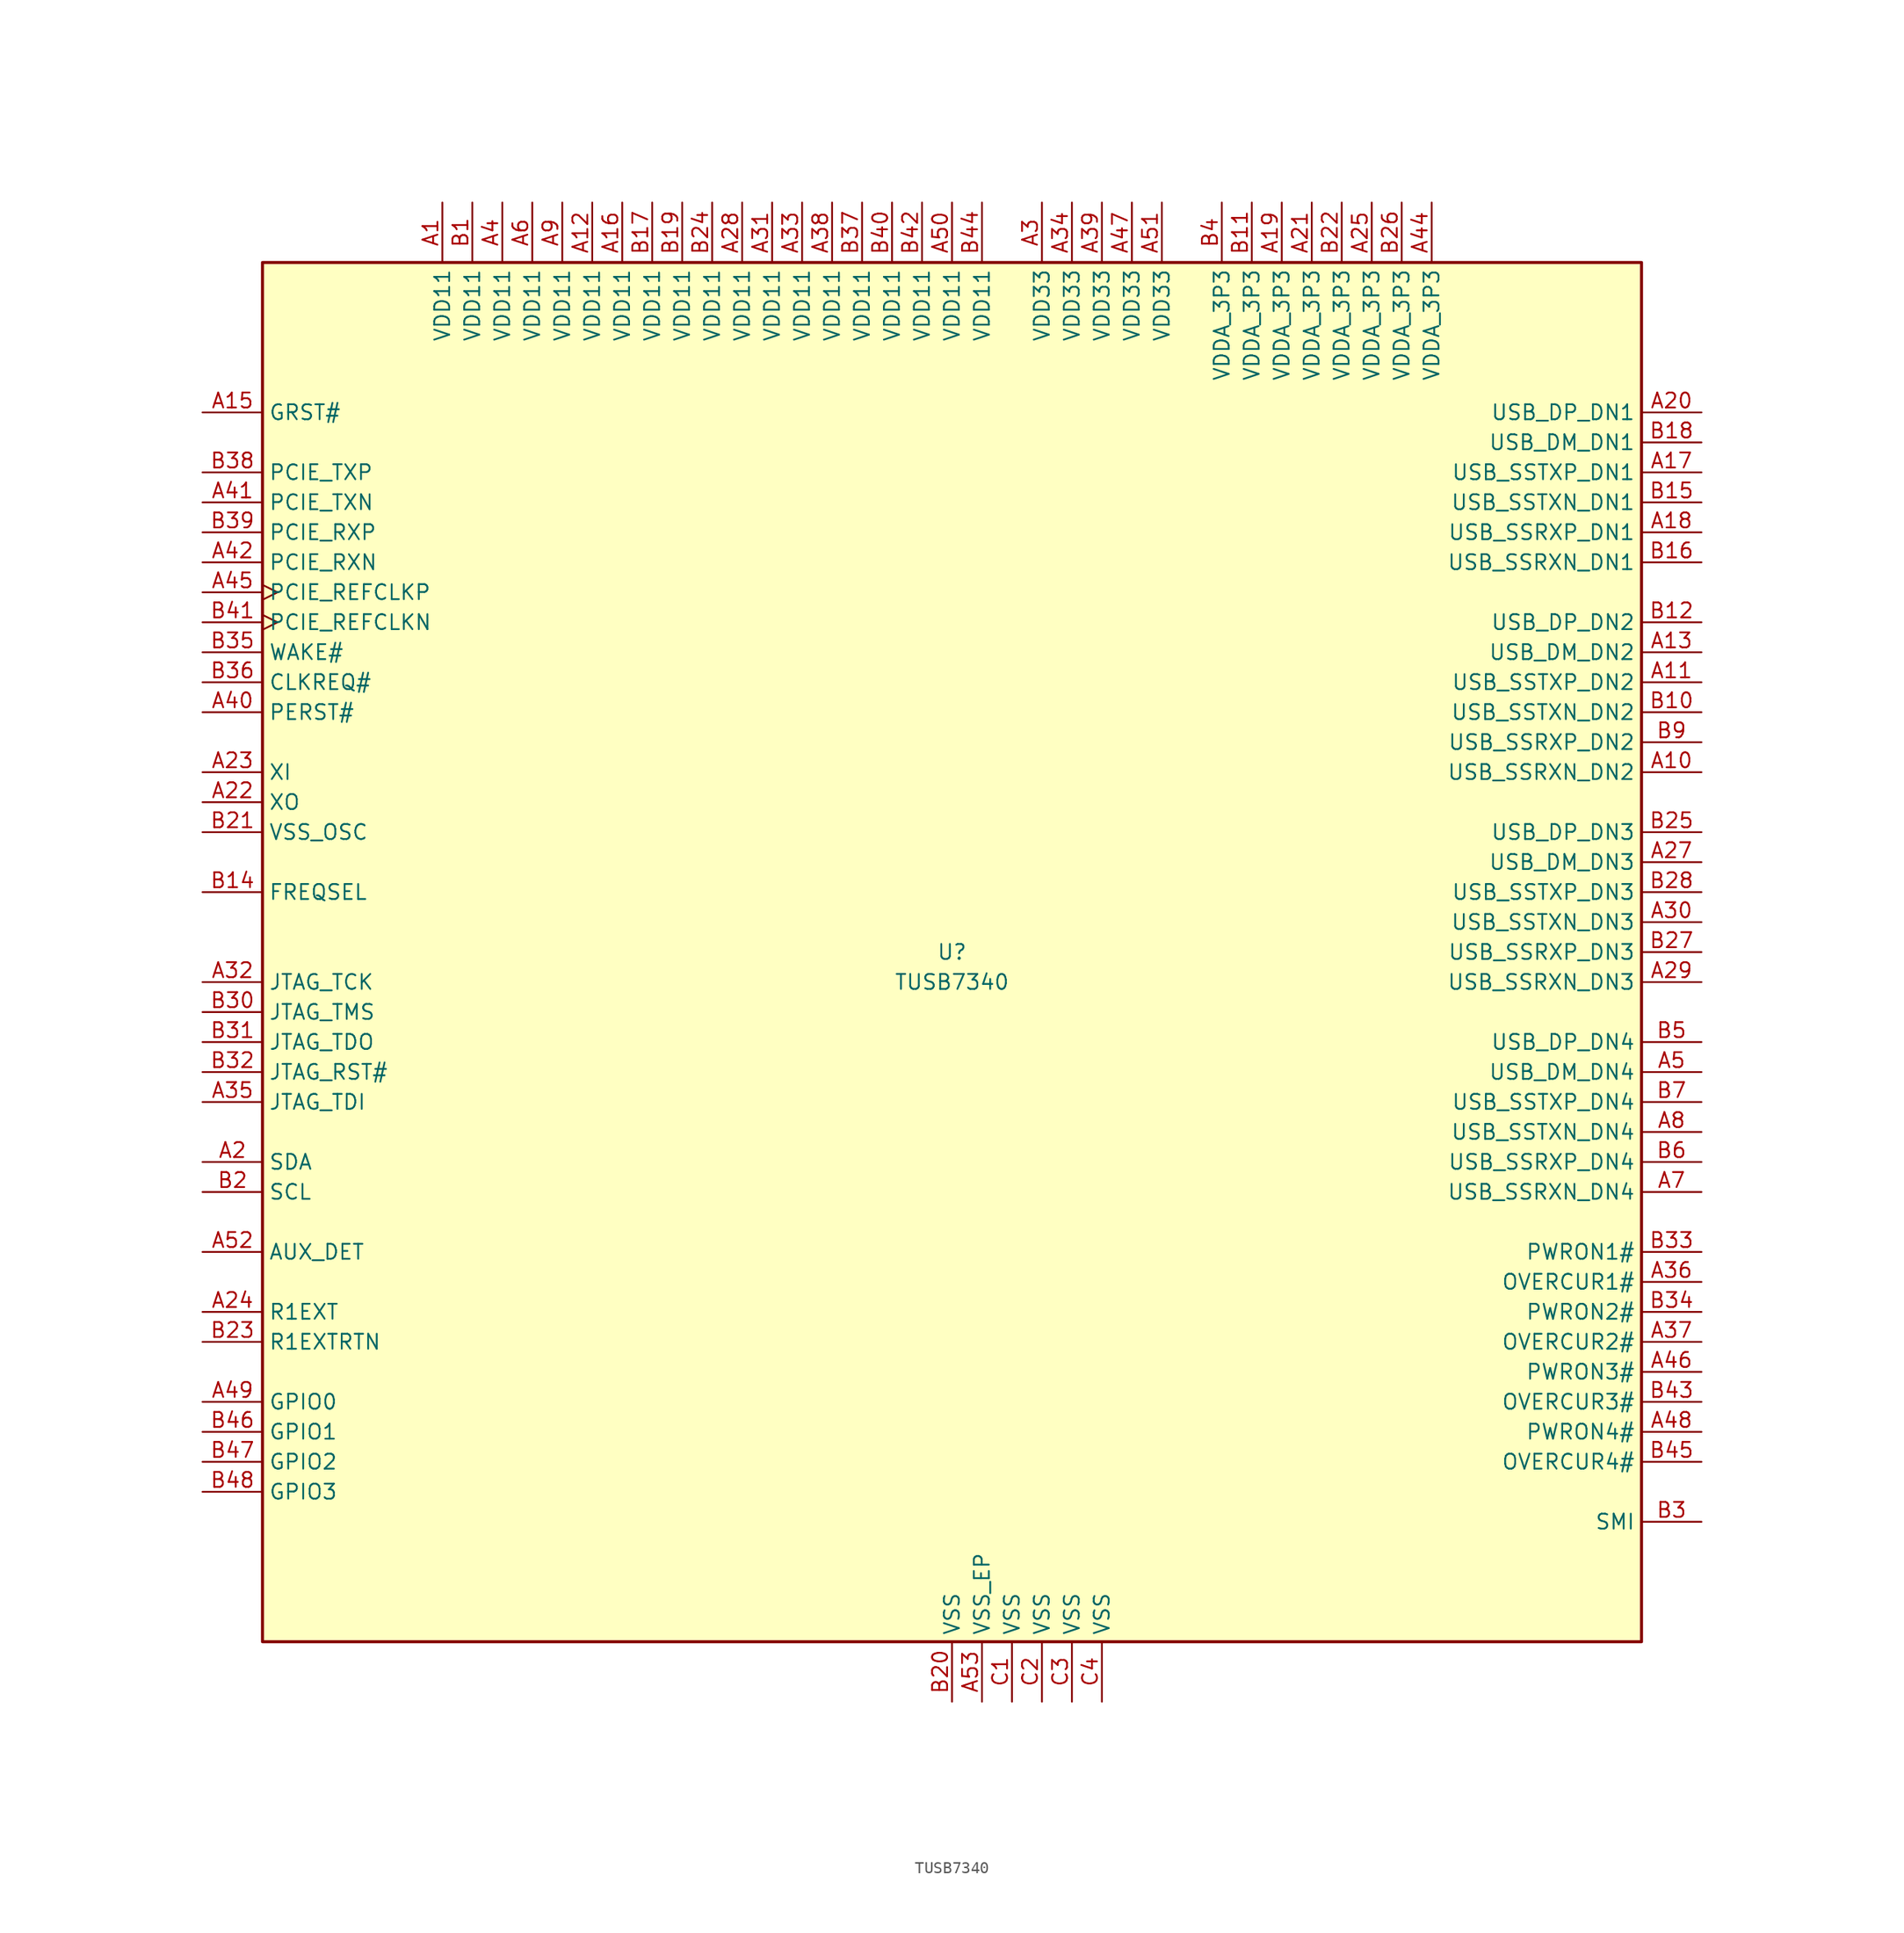
<source format=kicad_sym>
(kicad_symbol_lib
  (version 20200908)
  (generator kicad_symbol_editor)
  (symbol "Interface_USB:TUSB7340"
    (property "Reference" "U"
      (at 0 0 0)
      (effects (font (size 1.27 1.27))))
    (property "Value" "TUSB7340"
      (at 0 -2.54 0)
      (effects (font (size 1.27 1.27))))
    (symbol "TUSB7340_0_1"
      (rectangle (start 58.42 58.42) (end -58.42 -58.42) (stroke (width 0.254)) (fill (type background))))
    (symbol "TUSB7340_1_1"
      (pin power_in line (at -43.18 63.5 270) (length 5.08) (name "VDD11" (effects (font (size 1.27 1.27)))) (number "A1" (effects (font (size 1.27 1.27)))))
      (pin input line (at 63.5 15.24 180) (length 5.08) (name "USB_SSRXN_DN2" (effects (font (size 1.27 1.27)))) (number "A10" (effects (font (size 1.27 1.27)))))
      (pin output line (at 63.5 22.86 180) (length 5.08) (name "USB_SSTXP_DN2" (effects (font (size 1.27 1.27)))) (number "A11" (effects (font (size 1.27 1.27)))))
      (pin power_in line (at -30.48 63.5 270) (length 5.08) (name "VDD11" (effects (font (size 1.27 1.27)))) (number "A12" (effects (font (size 1.27 1.27)))))
      (pin bidirectional line (at 63.5 25.4 180) (length 5.08) (name "USB_DM_DN2" (effects (font (size 1.27 1.27)))) (number "A13" (effects (font (size 1.27 1.27)))))
      (pin unconnected line (at -17.78 -63.5 90) (length 5.08) hide (name "NC" (effects (font (size 1.27 1.27)))) (number "A14" (effects (font (size 1.27 1.27)))))
      (pin input line (at -63.5 45.72 0) (length 5.08) (name "GRST#" (effects (font (size 1.27 1.27)))) (number "A15" (effects (font (size 1.27 1.27)))))
      (pin power_in line (at -27.94 63.5 270) (length 5.08) (name "VDD11" (effects (font (size 1.27 1.27)))) (number "A16" (effects (font (size 1.27 1.27)))))
      (pin output line (at 63.5 40.64 180) (length 5.08) (name "USB_SSTXP_DN1" (effects (font (size 1.27 1.27)))) (number "A17" (effects (font (size 1.27 1.27)))))
      (pin input line (at 63.5 35.56 180) (length 5.08) (name "USB_SSRXP_DN1" (effects (font (size 1.27 1.27)))) (number "A18" (effects (font (size 1.27 1.27)))))
      (pin power_in line (at 27.94 63.5 270) (length 5.08) (name "VDDA_3P3" (effects (font (size 1.27 1.27)))) (number "A19" (effects (font (size 1.27 1.27)))))
      (pin bidirectional line (at -63.5 -17.78 0) (length 5.08) (name "SDA" (effects (font (size 1.27 1.27)))) (number "A2" (effects (font (size 1.27 1.27)))))
      (pin bidirectional line (at 63.5 45.72 180) (length 5.08) (name "USB_DP_DN1" (effects (font (size 1.27 1.27)))) (number "A20" (effects (font (size 1.27 1.27)))))
      (pin power_in line (at 30.48 63.5 270) (length 5.08) (name "VDDA_3P3" (effects (font (size 1.27 1.27)))) (number "A21" (effects (font (size 1.27 1.27)))))
      (pin output line (at -63.5 12.7 0) (length 5.08) (name "XO" (effects (font (size 1.27 1.27)))) (number "A22" (effects (font (size 1.27 1.27)))))
      (pin input line (at -63.5 15.24 0) (length 5.08) (name "XI" (effects (font (size 1.27 1.27)))) (number "A23" (effects (font (size 1.27 1.27)))))
      (pin bidirectional line (at -63.5 -30.48 0) (length 5.08) (name "R1EXT" (effects (font (size 1.27 1.27)))) (number "A24" (effects (font (size 1.27 1.27)))))
      (pin power_in line (at 35.56 63.5 270) (length 5.08) (name "VDDA_3P3" (effects (font (size 1.27 1.27)))) (number "A25" (effects (font (size 1.27 1.27)))))
      (pin unconnected line (at -15.24 -63.5 90) (length 5.08) hide (name "NC" (effects (font (size 1.27 1.27)))) (number "A26" (effects (font (size 1.27 1.27)))))
      (pin bidirectional line (at 63.5 7.62 180) (length 5.08) (name "USB_DM_DN3" (effects (font (size 1.27 1.27)))) (number "A27" (effects (font (size 1.27 1.27)))))
      (pin power_in line (at -17.78 63.5 270) (length 5.08) (name "VDD11" (effects (font (size 1.27 1.27)))) (number "A28" (effects (font (size 1.27 1.27)))))
      (pin input line (at 63.5 -2.54 180) (length 5.08) (name "USB_SSRXN_DN3" (effects (font (size 1.27 1.27)))) (number "A29" (effects (font (size 1.27 1.27)))))
      (pin power_in line (at 7.62 63.5 270) (length 5.08) (name "VDD33" (effects (font (size 1.27 1.27)))) (number "A3" (effects (font (size 1.27 1.27)))))
      (pin output line (at 63.5 2.54 180) (length 5.08) (name "USB_SSTXN_DN3" (effects (font (size 1.27 1.27)))) (number "A30" (effects (font (size 1.27 1.27)))))
      (pin power_in line (at -15.24 63.5 270) (length 5.08) (name "VDD11" (effects (font (size 1.27 1.27)))) (number "A31" (effects (font (size 1.27 1.27)))))
      (pin input line (at -63.5 -2.54 0) (length 5.08) (name "JTAG_TCK" (effects (font (size 1.27 1.27)))) (number "A32" (effects (font (size 1.27 1.27)))))
      (pin power_in line (at -12.7 63.5 270) (length 5.08) (name "VDD11" (effects (font (size 1.27 1.27)))) (number "A33" (effects (font (size 1.27 1.27)))))
      (pin power_in line (at 10.16 63.5 270) (length 5.08) (name "VDD33" (effects (font (size 1.27 1.27)))) (number "A34" (effects (font (size 1.27 1.27)))))
      (pin input line (at -63.5 -12.7 0) (length 5.08) (name "JTAG_TDI" (effects (font (size 1.27 1.27)))) (number "A35" (effects (font (size 1.27 1.27)))))
      (pin input line (at 63.5 -27.94 180) (length 5.08) (name "OVERCUR1#" (effects (font (size 1.27 1.27)))) (number "A36" (effects (font (size 1.27 1.27)))))
      (pin input line (at 63.5 -33.02 180) (length 5.08) (name "OVERCUR2#" (effects (font (size 1.27 1.27)))) (number "A37" (effects (font (size 1.27 1.27)))))
      (pin power_in line (at -10.16 63.5 270) (length 5.08) (name "VDD11" (effects (font (size 1.27 1.27)))) (number "A38" (effects (font (size 1.27 1.27)))))
      (pin power_in line (at 12.7 63.5 270) (length 5.08) (name "VDD33" (effects (font (size 1.27 1.27)))) (number "A39" (effects (font (size 1.27 1.27)))))
      (pin power_in line (at -38.1 63.5 270) (length 5.08) (name "VDD11" (effects (font (size 1.27 1.27)))) (number "A4" (effects (font (size 1.27 1.27)))))
      (pin input line (at -63.5 20.32 0) (length 5.08) (name "PERST#" (effects (font (size 1.27 1.27)))) (number "A40" (effects (font (size 1.27 1.27)))))
      (pin output line (at -63.5 38.1 0) (length 5.08) (name "PCIE_TXN" (effects (font (size 1.27 1.27)))) (number "A41" (effects (font (size 1.27 1.27)))))
      (pin input line (at -63.5 33.02 0) (length 5.08) (name "PCIE_RXN" (effects (font (size 1.27 1.27)))) (number "A42" (effects (font (size 1.27 1.27)))))
      (pin unconnected line (at -10.16 -63.5 90) (length 5.08) hide (name "NC" (effects (font (size 1.27 1.27)))) (number "A43" (effects (font (size 1.27 1.27)))))
      (pin power_in line (at 40.64 63.5 270) (length 5.08) (name "VDDA_3P3" (effects (font (size 1.27 1.27)))) (number "A44" (effects (font (size 1.27 1.27)))))
      (pin input clock (at -63.5 30.48 0) (length 5.08) (name "PCIE_REFCLKP" (effects (font (size 1.27 1.27)))) (number "A45" (effects (font (size 1.27 1.27)))))
      (pin output line (at 63.5 -35.56 180) (length 5.08) (name "PWRON3#" (effects (font (size 1.27 1.27)))) (number "A46" (effects (font (size 1.27 1.27)))))
      (pin power_in line (at 15.24 63.5 270) (length 5.08) (name "VDD33" (effects (font (size 1.27 1.27)))) (number "A47" (effects (font (size 1.27 1.27)))))
      (pin output line (at 63.5 -40.64 180) (length 5.08) (name "PWRON4#" (effects (font (size 1.27 1.27)))) (number "A48" (effects (font (size 1.27 1.27)))))
      (pin bidirectional line (at -63.5 -38.1 0) (length 5.08) (name "GPIO0" (effects (font (size 1.27 1.27)))) (number "A49" (effects (font (size 1.27 1.27)))))
      (pin bidirectional line (at 63.5 -10.16 180) (length 5.08) (name "USB_DM_DN4" (effects (font (size 1.27 1.27)))) (number "A5" (effects (font (size 1.27 1.27)))))
      (pin power_in line (at 0 63.5 270) (length 5.08) (name "VDD11" (effects (font (size 1.27 1.27)))) (number "A50" (effects (font (size 1.27 1.27)))))
      (pin power_in line (at 17.78 63.5 270) (length 5.08) (name "VDD33" (effects (font (size 1.27 1.27)))) (number "A51" (effects (font (size 1.27 1.27)))))
      (pin input line (at -63.5 -25.4 0) (length 5.08) (name "AUX_DET" (effects (font (size 1.27 1.27)))) (number "A52" (effects (font (size 1.27 1.27)))))
      (pin power_in line (at 2.54 -63.5 90) (length 5.08) (name "VSS_EP" (effects (font (size 1.27 1.27)))) (number "A53" (effects (font (size 1.27 1.27)))))
      (pin power_in line (at -35.56 63.5 270) (length 5.08) (name "VDD11" (effects (font (size 1.27 1.27)))) (number "A6" (effects (font (size 1.27 1.27)))))
      (pin input line (at 63.5 -20.32 180) (length 5.08) (name "USB_SSRXN_DN4" (effects (font (size 1.27 1.27)))) (number "A7" (effects (font (size 1.27 1.27)))))
      (pin input line (at 63.5 -15.24 180) (length 5.08) (name "USB_SSTXN_DN4" (effects (font (size 1.27 1.27)))) (number "A8" (effects (font (size 1.27 1.27)))))
      (pin power_in line (at -33.02 63.5 270) (length 5.08) (name "VDD11" (effects (font (size 1.27 1.27)))) (number "A9" (effects (font (size 1.27 1.27)))))
      (pin power_in line (at -40.64 63.5 270) (length 5.08) (name "VDD11" (effects (font (size 1.27 1.27)))) (number "B1" (effects (font (size 1.27 1.27)))))
      (pin output line (at 63.5 20.32 180) (length 5.08) (name "USB_SSTXN_DN2" (effects (font (size 1.27 1.27)))) (number "B10" (effects (font (size 1.27 1.27)))))
      (pin power_in line (at 25.4 63.5 270) (length 5.08) (name "VDDA_3P3" (effects (font (size 1.27 1.27)))) (number "B11" (effects (font (size 1.27 1.27)))))
      (pin bidirectional line (at 63.5 27.94 180) (length 5.08) (name "USB_DP_DN2" (effects (font (size 1.27 1.27)))) (number "B12" (effects (font (size 1.27 1.27)))))
      (pin unconnected line (at -20.32 -63.5 90) (length 5.08) hide (name "NC" (effects (font (size 1.27 1.27)))) (number "B13" (effects (font (size 1.27 1.27)))))
      (pin input line (at -63.5 5.08 0) (length 5.08) (name "FREQSEL" (effects (font (size 1.27 1.27)))) (number "B14" (effects (font (size 1.27 1.27)))))
      (pin output line (at 63.5 38.1 180) (length 5.08) (name "USB_SSTXN_DN1" (effects (font (size 1.27 1.27)))) (number "B15" (effects (font (size 1.27 1.27)))))
      (pin input line (at 63.5 33.02 180) (length 5.08) (name "USB_SSRXN_DN1" (effects (font (size 1.27 1.27)))) (number "B16" (effects (font (size 1.27 1.27)))))
      (pin power_in line (at -25.4 63.5 270) (length 5.08) (name "VDD11" (effects (font (size 1.27 1.27)))) (number "B17" (effects (font (size 1.27 1.27)))))
      (pin bidirectional line (at 63.5 43.18 180) (length 5.08) (name "USB_DM_DN1" (effects (font (size 1.27 1.27)))) (number "B18" (effects (font (size 1.27 1.27)))))
      (pin power_in line (at -22.86 63.5 270) (length 5.08) (name "VDD11" (effects (font (size 1.27 1.27)))) (number "B19" (effects (font (size 1.27 1.27)))))
      (pin bidirectional line (at -63.5 -20.32 0) (length 5.08) (name "SCL" (effects (font (size 1.27 1.27)))) (number "B2" (effects (font (size 1.27 1.27)))))
      (pin power_in line (at 0 -63.5 90) (length 5.08) (name "VSS" (effects (font (size 1.27 1.27)))) (number "B20" (effects (font (size 1.27 1.27)))))
      (pin input line (at -63.5 10.16 0) (length 5.08) (name "VSS_OSC" (effects (font (size 1.27 1.27)))) (number "B21" (effects (font (size 1.27 1.27)))))
      (pin power_in line (at 33.02 63.5 270) (length 5.08) (name "VDDA_3P3" (effects (font (size 1.27 1.27)))) (number "B22" (effects (font (size 1.27 1.27)))))
      (pin bidirectional line (at -63.5 -33.02 0) (length 5.08) (name "R1EXTRTN" (effects (font (size 1.27 1.27)))) (number "B23" (effects (font (size 1.27 1.27)))))
      (pin power_in line (at -20.32 63.5 270) (length 5.08) (name "VDD11" (effects (font (size 1.27 1.27)))) (number "B24" (effects (font (size 1.27 1.27)))))
      (pin bidirectional line (at 63.5 10.16 180) (length 5.08) (name "USB_DP_DN3" (effects (font (size 1.27 1.27)))) (number "B25" (effects (font (size 1.27 1.27)))))
      (pin power_in line (at 38.1 63.5 270) (length 5.08) (name "VDDA_3P3" (effects (font (size 1.27 1.27)))) (number "B26" (effects (font (size 1.27 1.27)))))
      (pin input line (at 63.5 0 180) (length 5.08) (name "USB_SSRXP_DN3" (effects (font (size 1.27 1.27)))) (number "B27" (effects (font (size 1.27 1.27)))))
      (pin output line (at 63.5 5.08 180) (length 5.08) (name "USB_SSTXP_DN3" (effects (font (size 1.27 1.27)))) (number "B28" (effects (font (size 1.27 1.27)))))
      (pin unconnected line (at -12.7 -63.5 90) (length 5.08) hide (name "NC" (effects (font (size 1.27 1.27)))) (number "B29" (effects (font (size 1.27 1.27)))))
      (pin output line (at 63.5 -48.26 180) (length 5.08) (name "SMI" (effects (font (size 1.27 1.27)))) (number "B3" (effects (font (size 1.27 1.27)))))
      (pin input line (at -63.5 -5.08 0) (length 5.08) (name "JTAG_TMS" (effects (font (size 1.27 1.27)))) (number "B30" (effects (font (size 1.27 1.27)))))
      (pin output line (at -63.5 -7.62 0) (length 5.08) (name "JTAG_TDO" (effects (font (size 1.27 1.27)))) (number "B31" (effects (font (size 1.27 1.27)))))
      (pin input line (at -63.5 -10.16 0) (length 5.08) (name "JTAG_RST#" (effects (font (size 1.27 1.27)))) (number "B32" (effects (font (size 1.27 1.27)))))
      (pin output line (at 63.5 -25.4 180) (length 5.08) (name "PWRON1#" (effects (font (size 1.27 1.27)))) (number "B33" (effects (font (size 1.27 1.27)))))
      (pin output line (at 63.5 -30.48 180) (length 5.08) (name "PWRON2#" (effects (font (size 1.27 1.27)))) (number "B34" (effects (font (size 1.27 1.27)))))
      (pin output line (at -63.5 25.4 0) (length 5.08) (name "WAKE#" (effects (font (size 1.27 1.27)))) (number "B35" (effects (font (size 1.27 1.27)))))
      (pin input line (at -63.5 22.86 0) (length 5.08) (name "CLKREQ#" (effects (font (size 1.27 1.27)))) (number "B36" (effects (font (size 1.27 1.27)))))
      (pin power_in line (at -7.62 63.5 270) (length 5.08) (name "VDD11" (effects (font (size 1.27 1.27)))) (number "B37" (effects (font (size 1.27 1.27)))))
      (pin output line (at -63.5 40.64 0) (length 5.08) (name "PCIE_TXP" (effects (font (size 1.27 1.27)))) (number "B38" (effects (font (size 1.27 1.27)))))
      (pin input line (at -63.5 35.56 0) (length 5.08) (name "PCIE_RXP" (effects (font (size 1.27 1.27)))) (number "B39" (effects (font (size 1.27 1.27)))))
      (pin power_in line (at 22.86 63.5 270) (length 5.08) (name "VDDA_3P3" (effects (font (size 1.27 1.27)))) (number "B4" (effects (font (size 1.27 1.27)))))
      (pin power_in line (at -5.08 63.5 270) (length 5.08) (name "VDD11" (effects (font (size 1.27 1.27)))) (number "B40" (effects (font (size 1.27 1.27)))))
      (pin input clock (at -63.5 27.94 0) (length 5.08) (name "PCIE_REFCLKN" (effects (font (size 1.27 1.27)))) (number "B41" (effects (font (size 1.27 1.27)))))
      (pin power_in line (at -2.54 63.5 270) (length 5.08) (name "VDD11" (effects (font (size 1.27 1.27)))) (number "B42" (effects (font (size 1.27 1.27)))))
      (pin input line (at 63.5 -38.1 180) (length 5.08) (name "OVERCUR3#" (effects (font (size 1.27 1.27)))) (number "B43" (effects (font (size 1.27 1.27)))))
      (pin power_in line (at 2.54 63.5 270) (length 5.08) (name "VDD11" (effects (font (size 1.27 1.27)))) (number "B44" (effects (font (size 1.27 1.27)))))
      (pin input line (at 63.5 -43.18 180) (length 5.08) (name "OVERCUR4#" (effects (font (size 1.27 1.27)))) (number "B45" (effects (font (size 1.27 1.27)))))
      (pin bidirectional line (at -63.5 -40.64 0) (length 5.08) (name "GPIO1" (effects (font (size 1.27 1.27)))) (number "B46" (effects (font (size 1.27 1.27)))))
      (pin bidirectional line (at -63.5 -43.18 0) (length 5.08) (name "GPIO2" (effects (font (size 1.27 1.27)))) (number "B47" (effects (font (size 1.27 1.27)))))
      (pin bidirectional line (at -63.5 -45.72 0) (length 5.08) (name "GPIO3" (effects (font (size 1.27 1.27)))) (number "B48" (effects (font (size 1.27 1.27)))))
      (pin bidirectional line (at 63.5 -7.62 180) (length 5.08) (name "USB_DP_DN4" (effects (font (size 1.27 1.27)))) (number "B5" (effects (font (size 1.27 1.27)))))
      (pin input line (at 63.5 -17.78 180) (length 5.08) (name "USB_SSRXP_DN4" (effects (font (size 1.27 1.27)))) (number "B6" (effects (font (size 1.27 1.27)))))
      (pin input line (at 63.5 -12.7 180) (length 5.08) (name "USB_SSTXP_DN4" (effects (font (size 1.27 1.27)))) (number "B7" (effects (font (size 1.27 1.27)))))
      (pin unconnected line (at -22.86 -63.5 90) (length 5.08) hide (name "NC" (effects (font (size 1.27 1.27)))) (number "B8" (effects (font (size 1.27 1.27)))))
      (pin input line (at 63.5 17.78 180) (length 5.08) (name "USB_SSRXP_DN2" (effects (font (size 1.27 1.27)))) (number "B9" (effects (font (size 1.27 1.27)))))
      (pin power_in line (at 5.08 -63.5 90) (length 5.08) (name "VSS" (effects (font (size 1.27 1.27)))) (number "C1" (effects (font (size 1.27 1.27)))))
      (pin power_in line (at 7.62 -63.5 90) (length 5.08) (name "VSS" (effects (font (size 1.27 1.27)))) (number "C2" (effects (font (size 1.27 1.27)))))
      (pin power_in line (at 10.16 -63.5 90) (length 5.08) (name "VSS" (effects (font (size 1.27 1.27)))) (number "C3" (effects (font (size 1.27 1.27)))))
      (pin power_in line (at 12.7 -63.5 90) (length 5.08) (name "VSS" (effects (font (size 1.27 1.27)))) (number "C4" (effects (font (size 1.27 1.27))))))))
</source>
